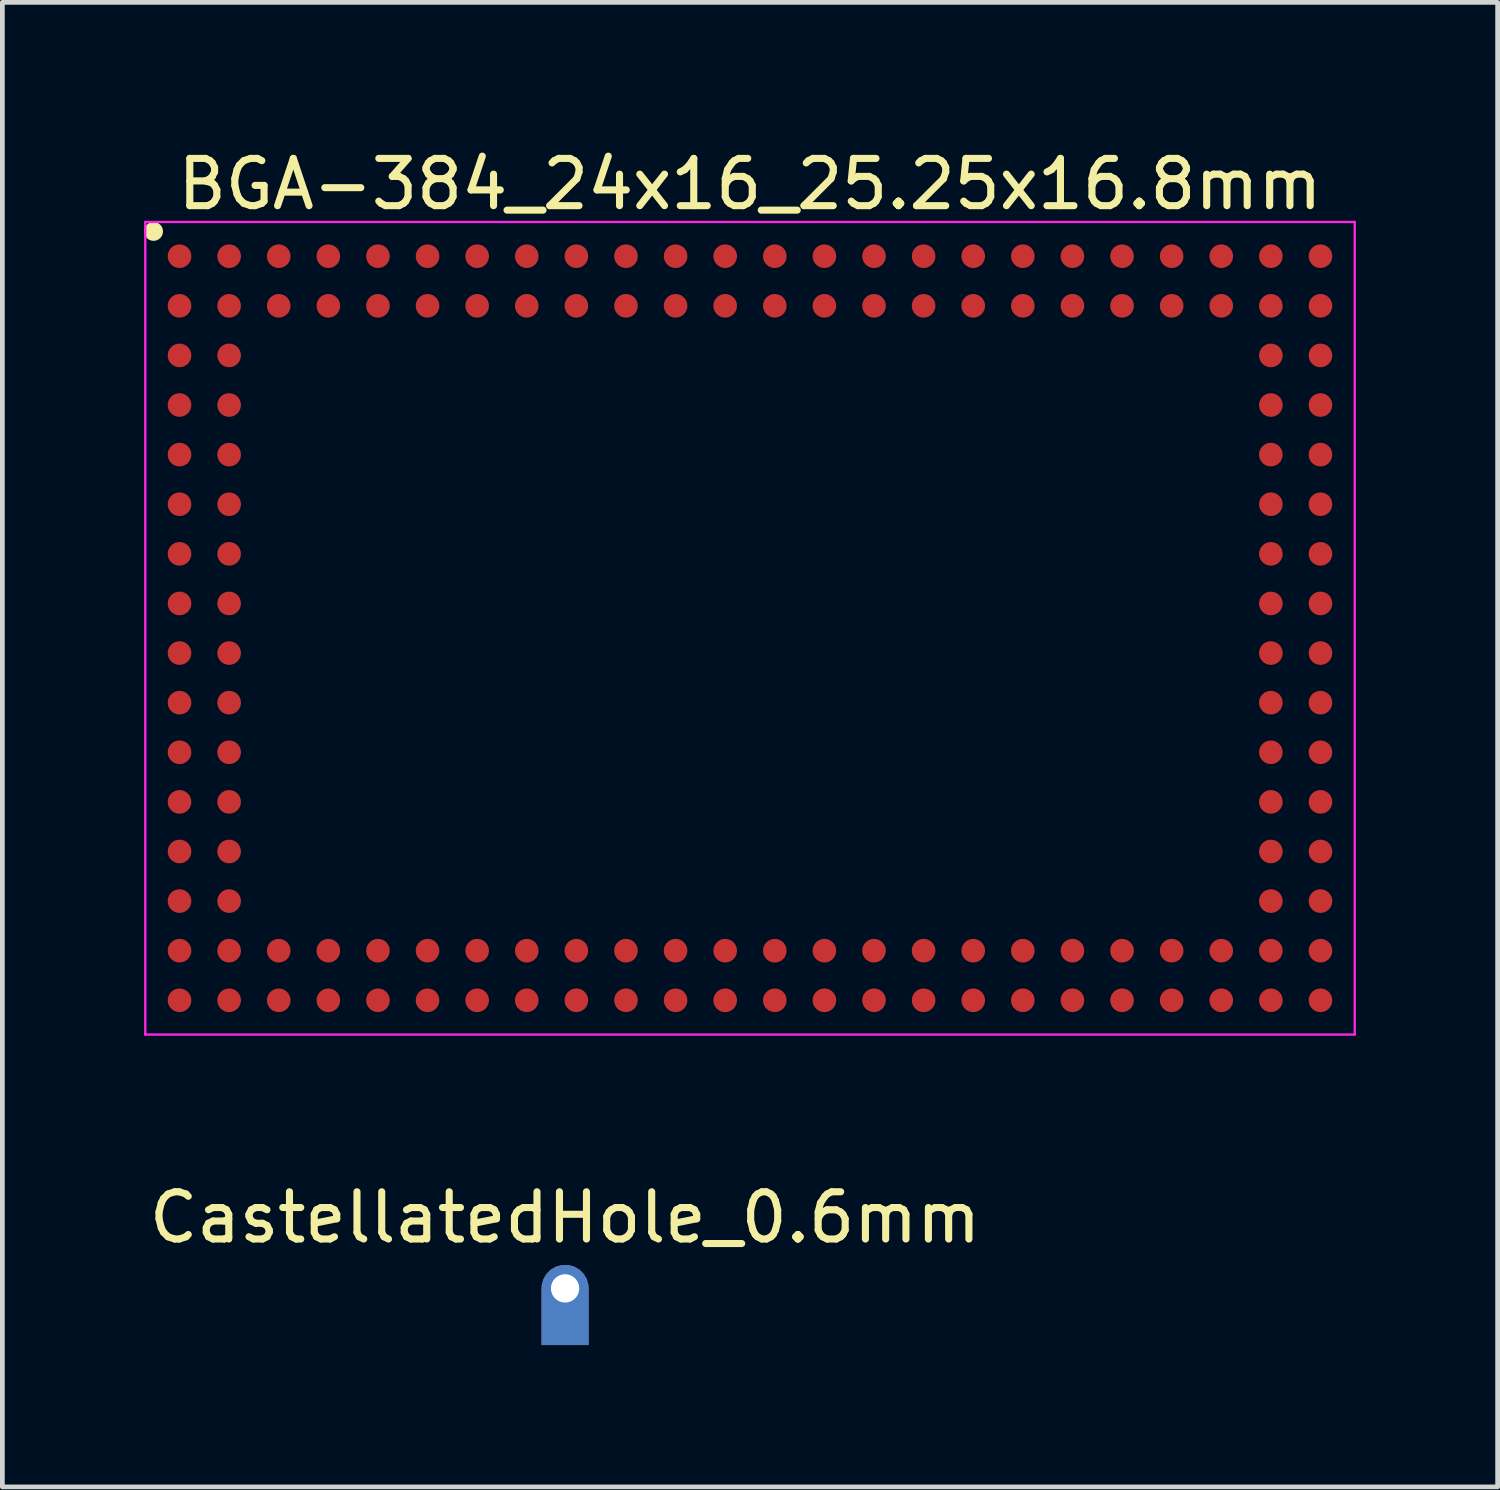
<source format=kicad_pcb>
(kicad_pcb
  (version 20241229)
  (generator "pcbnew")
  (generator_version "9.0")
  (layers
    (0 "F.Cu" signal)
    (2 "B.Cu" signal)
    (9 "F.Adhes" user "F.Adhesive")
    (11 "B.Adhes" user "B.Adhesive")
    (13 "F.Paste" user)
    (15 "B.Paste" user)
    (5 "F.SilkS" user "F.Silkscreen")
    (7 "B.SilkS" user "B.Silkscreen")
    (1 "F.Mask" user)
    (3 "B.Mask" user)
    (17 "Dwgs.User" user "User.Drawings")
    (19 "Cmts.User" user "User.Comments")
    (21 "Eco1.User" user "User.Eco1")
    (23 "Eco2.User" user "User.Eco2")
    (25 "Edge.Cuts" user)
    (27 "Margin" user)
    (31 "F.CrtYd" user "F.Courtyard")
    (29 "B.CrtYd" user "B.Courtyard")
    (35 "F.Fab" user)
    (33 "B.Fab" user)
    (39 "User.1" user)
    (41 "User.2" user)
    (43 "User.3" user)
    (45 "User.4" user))
  (footprint "CastellatedHole_0.6mm"
    (layer "F.Cu")
    (at 8.911 24.221)
    (property "Reference" "CastellatedHole_0.6mm" (at 0 -1.5 0) (layer "F.SilkS") (effects (font (size 1 1) (thickness 0.15))))
    (attr through_hole)
    (pad "1" thru_hole custom (at 0 0) (size 1 1) (drill 0.6) (layers "*.Cu" "*.Mask") (options (anchor circle)) (primitives (gr_poly (pts (xy -0.5 0) (xy 0.5 0) (xy 0.5 1.2) (xy -0.5 1.2)) (width 0) (fill yes)))))
  (footprint "BGA-384_24x16_25.25x16.8mm"
    (layer "F.Cu")
    (at 12.825 10.248)
    (property "Reference" "BGA-384_24x16_25.25x16.8mm" (at 0 -9.4 0) (layer "F.SilkS") (effects (font (size 1 1) (thickness 0.15))))
    (attr smd)
    (fp_circle (center -12.625 -8.4) (end -12.625 -8.3) (stroke (width 0.2) (type solid)) (fill no) (layer "F.SilkS"))
    (fp_line (start -12.8 -8.6) (end 12.8 -8.6) (stroke (width 0.05) (type solid)) (layer "F.CrtYd"))
    (fp_line (start -12.8 8.6) (end -12.8 -8.6) (stroke (width 0.05) (type solid)) (layer "F.CrtYd"))
    (fp_line (start 12.8 -8.6) (end 12.8 8.6) (stroke (width 0.05) (type solid)) (layer "F.CrtYd"))
    (fp_line (start 12.8 8.6) (end -12.8 8.6) (stroke (width 0.05) (type solid)) (layer "F.CrtYd"))
    (pad "A1" smd circle (at -12.075 -7.875) (size 0.5 0.5) (layers "F.Cu" "F.Mask" "F.Paste"))
    (pad "A2" smd circle (at -11.025 -7.875) (size 0.5 0.5) (layers "F.Cu" "F.Mask" "F.Paste"))
    (pad "A3" smd circle (at -9.975 -7.875) (size 0.5 0.5) (layers "F.Cu" "F.Mask" "F.Paste"))
    (pad "A4" smd circle (at -8.925 -7.875) (size 0.5 0.5) (layers "F.Cu" "F.Mask" "F.Paste"))
    (pad "A5" smd circle (at -7.875 -7.875) (size 0.5 0.5) (layers "F.Cu" "F.Mask" "F.Paste"))
    (pad "A6" smd circle (at -6.825 -7.875) (size 0.5 0.5) (layers "F.Cu" "F.Mask" "F.Paste"))
    (pad "A7" smd circle (at -5.775 -7.875) (size 0.5 0.5) (layers "F.Cu" "F.Mask" "F.Paste"))
    (pad "A8" smd circle (at -4.725 -7.875) (size 0.5 0.5) (layers "F.Cu" "F.Mask" "F.Paste"))
    (pad "A9" smd circle (at -3.675 -7.875) (size 0.5 0.5) (layers "F.Cu" "F.Mask" "F.Paste"))
    (pad "A10" smd circle (at -2.625 -7.875) (size 0.5 0.5) (layers "F.Cu" "F.Mask" "F.Paste"))
    (pad "A11" smd circle (at -1.575 -7.875) (size 0.5 0.5) (layers "F.Cu" "F.Mask" "F.Paste"))
    (pad "A12" smd circle (at -0.525 -7.875) (size 0.5 0.5) (layers "F.Cu" "F.Mask" "F.Paste"))
    (pad "A13" smd circle (at 0.525 -7.875) (size 0.5 0.5) (layers "F.Cu" "F.Mask" "F.Paste"))
    (pad "A14" smd circle (at 1.575 -7.875) (size 0.5 0.5) (layers "F.Cu" "F.Mask" "F.Paste"))
    (pad "A15" smd circle (at 2.625 -7.875) (size 0.5 0.5) (layers "F.Cu" "F.Mask" "F.Paste"))
    (pad "A16" smd circle (at 3.675 -7.875) (size 0.5 0.5) (layers "F.Cu" "F.Mask" "F.Paste"))
    (pad "A17" smd circle (at 4.725 -7.875) (size 0.5 0.5) (layers "F.Cu" "F.Mask" "F.Paste"))
    (pad "A18" smd circle (at 5.775 -7.875) (size 0.5 0.5) (layers "F.Cu" "F.Mask" "F.Paste"))
    (pad "A19" smd circle (at 6.825 -7.875) (size 0.5 0.5) (layers "F.Cu" "F.Mask" "F.Paste"))
    (pad "A20" smd circle (at 7.875 -7.875) (size 0.5 0.5) (layers "F.Cu" "F.Mask" "F.Paste"))
    (pad "A21" smd circle (at 8.925 -7.875) (size 0.5 0.5) (layers "F.Cu" "F.Mask" "F.Paste"))
    (pad "A22" smd circle (at 9.975 -7.875) (size 0.5 0.5) (layers "F.Cu" "F.Mask" "F.Paste"))
    (pad "A23" smd circle (at 11.025 -7.875) (size 0.5 0.5) (layers "F.Cu" "F.Mask" "F.Paste"))
    (pad "A24" smd circle (at 12.075 -7.875) (size 0.5 0.5) (layers "F.Cu" "F.Mask" "F.Paste"))
    (pad "B1" smd circle (at -12.075 -6.825) (size 0.5 0.5) (layers "F.Cu" "F.Mask" "F.Paste"))
    (pad "B2" smd circle (at -11.025 -6.825) (size 0.5 0.5) (layers "F.Cu" "F.Mask" "F.Paste"))
    (pad "B3" smd circle (at -9.975 -6.825) (size 0.5 0.5) (layers "F.Cu" "F.Mask" "F.Paste"))
    (pad "B4" smd circle (at -8.925 -6.825) (size 0.5 0.5) (layers "F.Cu" "F.Mask" "F.Paste"))
    (pad "B5" smd circle (at -7.875 -6.825) (size 0.5 0.5) (layers "F.Cu" "F.Mask" "F.Paste"))
    (pad "B6" smd circle (at -6.825 -6.825) (size 0.5 0.5) (layers "F.Cu" "F.Mask" "F.Paste"))
    (pad "B7" smd circle (at -5.775 -6.825) (size 0.5 0.5) (layers "F.Cu" "F.Mask" "F.Paste"))
    (pad "B8" smd circle (at -4.725 -6.825) (size 0.5 0.5) (layers "F.Cu" "F.Mask" "F.Paste"))
    (pad "B9" smd circle (at -3.675 -6.825) (size 0.5 0.5) (layers "F.Cu" "F.Mask" "F.Paste"))
    (pad "B10" smd circle (at -2.625 -6.825) (size 0.5 0.5) (layers "F.Cu" "F.Mask" "F.Paste"))
    (pad "B11" smd circle (at -1.575 -6.825) (size 0.5 0.5) (layers "F.Cu" "F.Mask" "F.Paste"))
    (pad "B12" smd circle (at -0.525 -6.825) (size 0.5 0.5) (layers "F.Cu" "F.Mask" "F.Paste"))
    (pad "B13" smd circle (at 0.525 -6.825) (size 0.5 0.5) (layers "F.Cu" "F.Mask" "F.Paste"))
    (pad "B14" smd circle (at 1.575 -6.825) (size 0.5 0.5) (layers "F.Cu" "F.Mask" "F.Paste"))
    (pad "B15" smd circle (at 2.625 -6.825) (size 0.5 0.5) (layers "F.Cu" "F.Mask" "F.Paste"))
    (pad "B16" smd circle (at 3.675 -6.825) (size 0.5 0.5) (layers "F.Cu" "F.Mask" "F.Paste"))
    (pad "B17" smd circle (at 4.725 -6.825) (size 0.5 0.5) (layers "F.Cu" "F.Mask" "F.Paste"))
    (pad "B18" smd circle (at 5.775 -6.825) (size 0.5 0.5) (layers "F.Cu" "F.Mask" "F.Paste"))
    (pad "B19" smd circle (at 6.825 -6.825) (size 0.5 0.5) (layers "F.Cu" "F.Mask" "F.Paste"))
    (pad "B20" smd circle (at 7.875 -6.825) (size 0.5 0.5) (layers "F.Cu" "F.Mask" "F.Paste"))
    (pad "B21" smd circle (at 8.925 -6.825) (size 0.5 0.5) (layers "F.Cu" "F.Mask" "F.Paste"))
    (pad "B22" smd circle (at 9.975 -6.825) (size 0.5 0.5) (layers "F.Cu" "F.Mask" "F.Paste"))
    (pad "B23" smd circle (at 11.025 -6.825) (size 0.5 0.5) (layers "F.Cu" "F.Mask" "F.Paste"))
    (pad "B24" smd circle (at 12.075 -6.825) (size 0.5 0.5) (layers "F.Cu" "F.Mask" "F.Paste"))
    (pad "C1" smd circle (at -12.075 -5.775) (size 0.5 0.5) (layers "F.Cu" "F.Mask" "F.Paste"))
    (pad "C2" smd circle (at -11.025 -5.775) (size 0.5 0.5) (layers "F.Cu" "F.Mask" "F.Paste"))
    (pad "C23" smd circle (at 11.025 -5.775) (size 0.5 0.5) (layers "F.Cu" "F.Mask" "F.Paste"))
    (pad "C24" smd circle (at 12.075 -5.775) (size 0.5 0.5) (layers "F.Cu" "F.Mask" "F.Paste"))
    (pad "D1" smd circle (at -12.075 -4.725) (size 0.5 0.5) (layers "F.Cu" "F.Mask" "F.Paste"))
    (pad "D2" smd circle (at -11.025 -4.725) (size 0.5 0.5) (layers "F.Cu" "F.Mask" "F.Paste"))
    (pad "D23" smd circle (at 11.025 -4.725) (size 0.5 0.5) (layers "F.Cu" "F.Mask" "F.Paste"))
    (pad "D24" smd circle (at 12.075 -4.725) (size 0.5 0.5) (layers "F.Cu" "F.Mask" "F.Paste"))
    (pad "E1" smd circle (at -12.075 -3.675) (size 0.5 0.5) (layers "F.Cu" "F.Mask" "F.Paste"))
    (pad "E2" smd circle (at -11.025 -3.675) (size 0.5 0.5) (layers "F.Cu" "F.Mask" "F.Paste"))
    (pad "E23" smd circle (at 11.025 -3.675) (size 0.5 0.5) (layers "F.Cu" "F.Mask" "F.Paste"))
    (pad "E24" smd circle (at 12.075 -3.675) (size 0.5 0.5) (layers "F.Cu" "F.Mask" "F.Paste"))
    (pad "F1" smd circle (at -12.075 -2.625) (size 0.5 0.5) (layers "F.Cu" "F.Mask" "F.Paste"))
    (pad "F2" smd circle (at -11.025 -2.625) (size 0.5 0.5) (layers "F.Cu" "F.Mask" "F.Paste"))
    (pad "F23" smd circle (at 11.025 -2.625) (size 0.5 0.5) (layers "F.Cu" "F.Mask" "F.Paste"))
    (pad "F24" smd circle (at 12.075 -2.625) (size 0.5 0.5) (layers "F.Cu" "F.Mask" "F.Paste"))
    (pad "G1" smd circle (at -12.075 -1.575) (size 0.5 0.5) (layers "F.Cu" "F.Mask" "F.Paste"))
    (pad "G2" smd circle (at -11.025 -1.575) (size 0.5 0.5) (layers "F.Cu" "F.Mask" "F.Paste"))
    (pad "G23" smd circle (at 11.025 -1.575) (size 0.5 0.5) (layers "F.Cu" "F.Mask" "F.Paste"))
    (pad "G24" smd circle (at 12.075 -1.575) (size 0.5 0.5) (layers "F.Cu" "F.Mask" "F.Paste"))
    (pad "H1" smd circle (at -12.075 -0.525) (size 0.5 0.5) (layers "F.Cu" "F.Mask" "F.Paste"))
    (pad "H2" smd circle (at -11.025 -0.525) (size 0.5 0.5) (layers "F.Cu" "F.Mask" "F.Paste"))
    (pad "H23" smd circle (at 11.025 -0.525) (size 0.5 0.5) (layers "F.Cu" "F.Mask" "F.Paste"))
    (pad "H24" smd circle (at 12.075 -0.525) (size 0.5 0.5) (layers "F.Cu" "F.Mask" "F.Paste"))
    (pad "J1" smd circle (at -12.075 0.525) (size 0.5 0.5) (layers "F.Cu" "F.Mask" "F.Paste"))
    (pad "J2" smd circle (at -11.025 0.525) (size 0.5 0.5) (layers "F.Cu" "F.Mask" "F.Paste"))
    (pad "J23" smd circle (at 11.025 0.525) (size 0.5 0.5) (layers "F.Cu" "F.Mask" "F.Paste"))
    (pad "J24" smd circle (at 12.075 0.525) (size 0.5 0.5) (layers "F.Cu" "F.Mask" "F.Paste"))
    (pad "K1" smd circle (at -12.075 1.575) (size 0.5 0.5) (layers "F.Cu" "F.Mask" "F.Paste"))
    (pad "K2" smd circle (at -11.025 1.575) (size 0.5 0.5) (layers "F.Cu" "F.Mask" "F.Paste"))
    (pad "K23" smd circle (at 11.025 1.575) (size 0.5 0.5) (layers "F.Cu" "F.Mask" "F.Paste"))
    (pad "K24" smd circle (at 12.075 1.575) (size 0.5 0.5) (layers "F.Cu" "F.Mask" "F.Paste"))
    (pad "L1" smd circle (at -12.075 2.625) (size 0.5 0.5) (layers "F.Cu" "F.Mask" "F.Paste"))
    (pad "L2" smd circle (at -11.025 2.625) (size 0.5 0.5) (layers "F.Cu" "F.Mask" "F.Paste"))
    (pad "L23" smd circle (at 11.025 2.625) (size 0.5 0.5) (layers "F.Cu" "F.Mask" "F.Paste"))
    (pad "L24" smd circle (at 12.075 2.625) (size 0.5 0.5) (layers "F.Cu" "F.Mask" "F.Paste"))
    (pad "M1" smd circle (at -12.075 3.675) (size 0.5 0.5) (layers "F.Cu" "F.Mask" "F.Paste"))
    (pad "M2" smd circle (at -11.025 3.675) (size 0.5 0.5) (layers "F.Cu" "F.Mask" "F.Paste"))
    (pad "M23" smd circle (at 11.025 3.675) (size 0.5 0.5) (layers "F.Cu" "F.Mask" "F.Paste"))
    (pad "M24" smd circle (at 12.075 3.675) (size 0.5 0.5) (layers "F.Cu" "F.Mask" "F.Paste"))
    (pad "N1" smd circle (at -12.075 4.725) (size 0.5 0.5) (layers "F.Cu" "F.Mask" "F.Paste"))
    (pad "N2" smd circle (at -11.025 4.725) (size 0.5 0.5) (layers "F.Cu" "F.Mask" "F.Paste"))
    (pad "N23" smd circle (at 11.025 4.725) (size 0.5 0.5) (layers "F.Cu" "F.Mask" "F.Paste"))
    (pad "N24" smd circle (at 12.075 4.725) (size 0.5 0.5) (layers "F.Cu" "F.Mask" "F.Paste"))
    (pad "P1" smd circle (at -12.075 5.775) (size 0.5 0.5) (layers "F.Cu" "F.Mask" "F.Paste"))
    (pad "P2" smd circle (at -11.025 5.775) (size 0.5 0.5) (layers "F.Cu" "F.Mask" "F.Paste"))
    (pad "P23" smd circle (at 11.025 5.775) (size 0.5 0.5) (layers "F.Cu" "F.Mask" "F.Paste"))
    (pad "P24" smd circle (at 12.075 5.775) (size 0.5 0.5) (layers "F.Cu" "F.Mask" "F.Paste"))
    (pad "R1" smd circle (at -12.075 6.825) (size 0.5 0.5) (layers "F.Cu" "F.Mask" "F.Paste"))
    (pad "R2" smd circle (at -11.025 6.825) (size 0.5 0.5) (layers "F.Cu" "F.Mask" "F.Paste"))
    (pad "R3" smd circle (at -9.975 6.825) (size 0.5 0.5) (layers "F.Cu" "F.Mask" "F.Paste"))
    (pad "R4" smd circle (at -8.925 6.825) (size 0.5 0.5) (layers "F.Cu" "F.Mask" "F.Paste"))
    (pad "R5" smd circle (at -7.875 6.825) (size 0.5 0.5) (layers "F.Cu" "F.Mask" "F.Paste"))
    (pad "R6" smd circle (at -6.825 6.825) (size 0.5 0.5) (layers "F.Cu" "F.Mask" "F.Paste"))
    (pad "R7" smd circle (at -5.775 6.825) (size 0.5 0.5) (layers "F.Cu" "F.Mask" "F.Paste"))
    (pad "R8" smd circle (at -4.725 6.825) (size 0.5 0.5) (layers "F.Cu" "F.Mask" "F.Paste"))
    (pad "R9" smd circle (at -3.675 6.825) (size 0.5 0.5) (layers "F.Cu" "F.Mask" "F.Paste"))
    (pad "R10" smd circle (at -2.625 6.825) (size 0.5 0.5) (layers "F.Cu" "F.Mask" "F.Paste"))
    (pad "R11" smd circle (at -1.575 6.825) (size 0.5 0.5) (layers "F.Cu" "F.Mask" "F.Paste"))
    (pad "R12" smd circle (at -0.525 6.825) (size 0.5 0.5) (layers "F.Cu" "F.Mask" "F.Paste"))
    (pad "R13" smd circle (at 0.525 6.825) (size 0.5 0.5) (layers "F.Cu" "F.Mask" "F.Paste"))
    (pad "R14" smd circle (at 1.575 6.825) (size 0.5 0.5) (layers "F.Cu" "F.Mask" "F.Paste"))
    (pad "R15" smd circle (at 2.625 6.825) (size 0.5 0.5) (layers "F.Cu" "F.Mask" "F.Paste"))
    (pad "R16" smd circle (at 3.675 6.825) (size 0.5 0.5) (layers "F.Cu" "F.Mask" "F.Paste"))
    (pad "R17" smd circle (at 4.725 6.825) (size 0.5 0.5) (layers "F.Cu" "F.Mask" "F.Paste"))
    (pad "R18" smd circle (at 5.775 6.825) (size 0.5 0.5) (layers "F.Cu" "F.Mask" "F.Paste"))
    (pad "R19" smd circle (at 6.825 6.825) (size 0.5 0.5) (layers "F.Cu" "F.Mask" "F.Paste"))
    (pad "R20" smd circle (at 7.875 6.825) (size 0.5 0.5) (layers "F.Cu" "F.Mask" "F.Paste"))
    (pad "R21" smd circle (at 8.925 6.825) (size 0.5 0.5) (layers "F.Cu" "F.Mask" "F.Paste"))
    (pad "R22" smd circle (at 9.975 6.825) (size 0.5 0.5) (layers "F.Cu" "F.Mask" "F.Paste"))
    (pad "R23" smd circle (at 11.025 6.825) (size 0.5 0.5) (layers "F.Cu" "F.Mask" "F.Paste"))
    (pad "R24" smd circle (at 12.075 6.825) (size 0.5 0.5) (layers "F.Cu" "F.Mask" "F.Paste"))
    (pad "T1" smd circle (at -12.075 7.875) (size 0.5 0.5) (layers "F.Cu" "F.Mask" "F.Paste"))
    (pad "T2" smd circle (at -11.025 7.875) (size 0.5 0.5) (layers "F.Cu" "F.Mask" "F.Paste"))
    (pad "T3" smd circle (at -9.975 7.875) (size 0.5 0.5) (layers "F.Cu" "F.Mask" "F.Paste"))
    (pad "T4" smd circle (at -8.925 7.875) (size 0.5 0.5) (layers "F.Cu" "F.Mask" "F.Paste"))
    (pad "T5" smd circle (at -7.875 7.875) (size 0.5 0.5) (layers "F.Cu" "F.Mask" "F.Paste"))
    (pad "T6" smd circle (at -6.825 7.875) (size 0.5 0.5) (layers "F.Cu" "F.Mask" "F.Paste"))
    (pad "T7" smd circle (at -5.775 7.875) (size 0.5 0.5) (layers "F.Cu" "F.Mask" "F.Paste"))
    (pad "T8" smd circle (at -4.725 7.875) (size 0.5 0.5) (layers "F.Cu" "F.Mask" "F.Paste"))
    (pad "T9" smd circle (at -3.675 7.875) (size 0.5 0.5) (layers "F.Cu" "F.Mask" "F.Paste"))
    (pad "T10" smd circle (at -2.625 7.875) (size 0.5 0.5) (layers "F.Cu" "F.Mask" "F.Paste"))
    (pad "T11" smd circle (at -1.575 7.875) (size 0.5 0.5) (layers "F.Cu" "F.Mask" "F.Paste"))
    (pad "T12" smd circle (at -0.525 7.875) (size 0.5 0.5) (layers "F.Cu" "F.Mask" "F.Paste"))
    (pad "T13" smd circle (at 0.525 7.875) (size 0.5 0.5) (layers "F.Cu" "F.Mask" "F.Paste"))
    (pad "T14" smd circle (at 1.575 7.875) (size 0.5 0.5) (layers "F.Cu" "F.Mask" "F.Paste"))
    (pad "T15" smd circle (at 2.625 7.875) (size 0.5 0.5) (layers "F.Cu" "F.Mask" "F.Paste"))
    (pad "T16" smd circle (at 3.675 7.875) (size 0.5 0.5) (layers "F.Cu" "F.Mask" "F.Paste"))
    (pad "T17" smd circle (at 4.725 7.875) (size 0.5 0.5) (layers "F.Cu" "F.Mask" "F.Paste"))
    (pad "T18" smd circle (at 5.775 7.875) (size 0.5 0.5) (layers "F.Cu" "F.Mask" "F.Paste"))
    (pad "T19" smd circle (at 6.825 7.875) (size 0.5 0.5) (layers "F.Cu" "F.Mask" "F.Paste"))
    (pad "T20" smd circle (at 7.875 7.875) (size 0.5 0.5) (layers "F.Cu" "F.Mask" "F.Paste"))
    (pad "T21" smd circle (at 8.925 7.875) (size 0.5 0.5) (layers "F.Cu" "F.Mask" "F.Paste"))
    (pad "T22" smd circle (at 9.975 7.875) (size 0.5 0.5) (layers "F.Cu" "F.Mask" "F.Paste"))
    (pad "T23" smd circle (at 11.025 7.875) (size 0.5 0.5) (layers "F.Cu" "F.Mask" "F.Paste"))
    (pad "T24" smd circle (at 12.075 7.875) (size 0.5 0.5) (layers "F.Cu" "F.Mask" "F.Paste")))
  (gr_rect
    (start -3 -3)
    (end 28.65 28.422)
    (stroke (width 0.1) (type default))
    (fill no)
    (layer "Edge.Cuts")))
</source>
